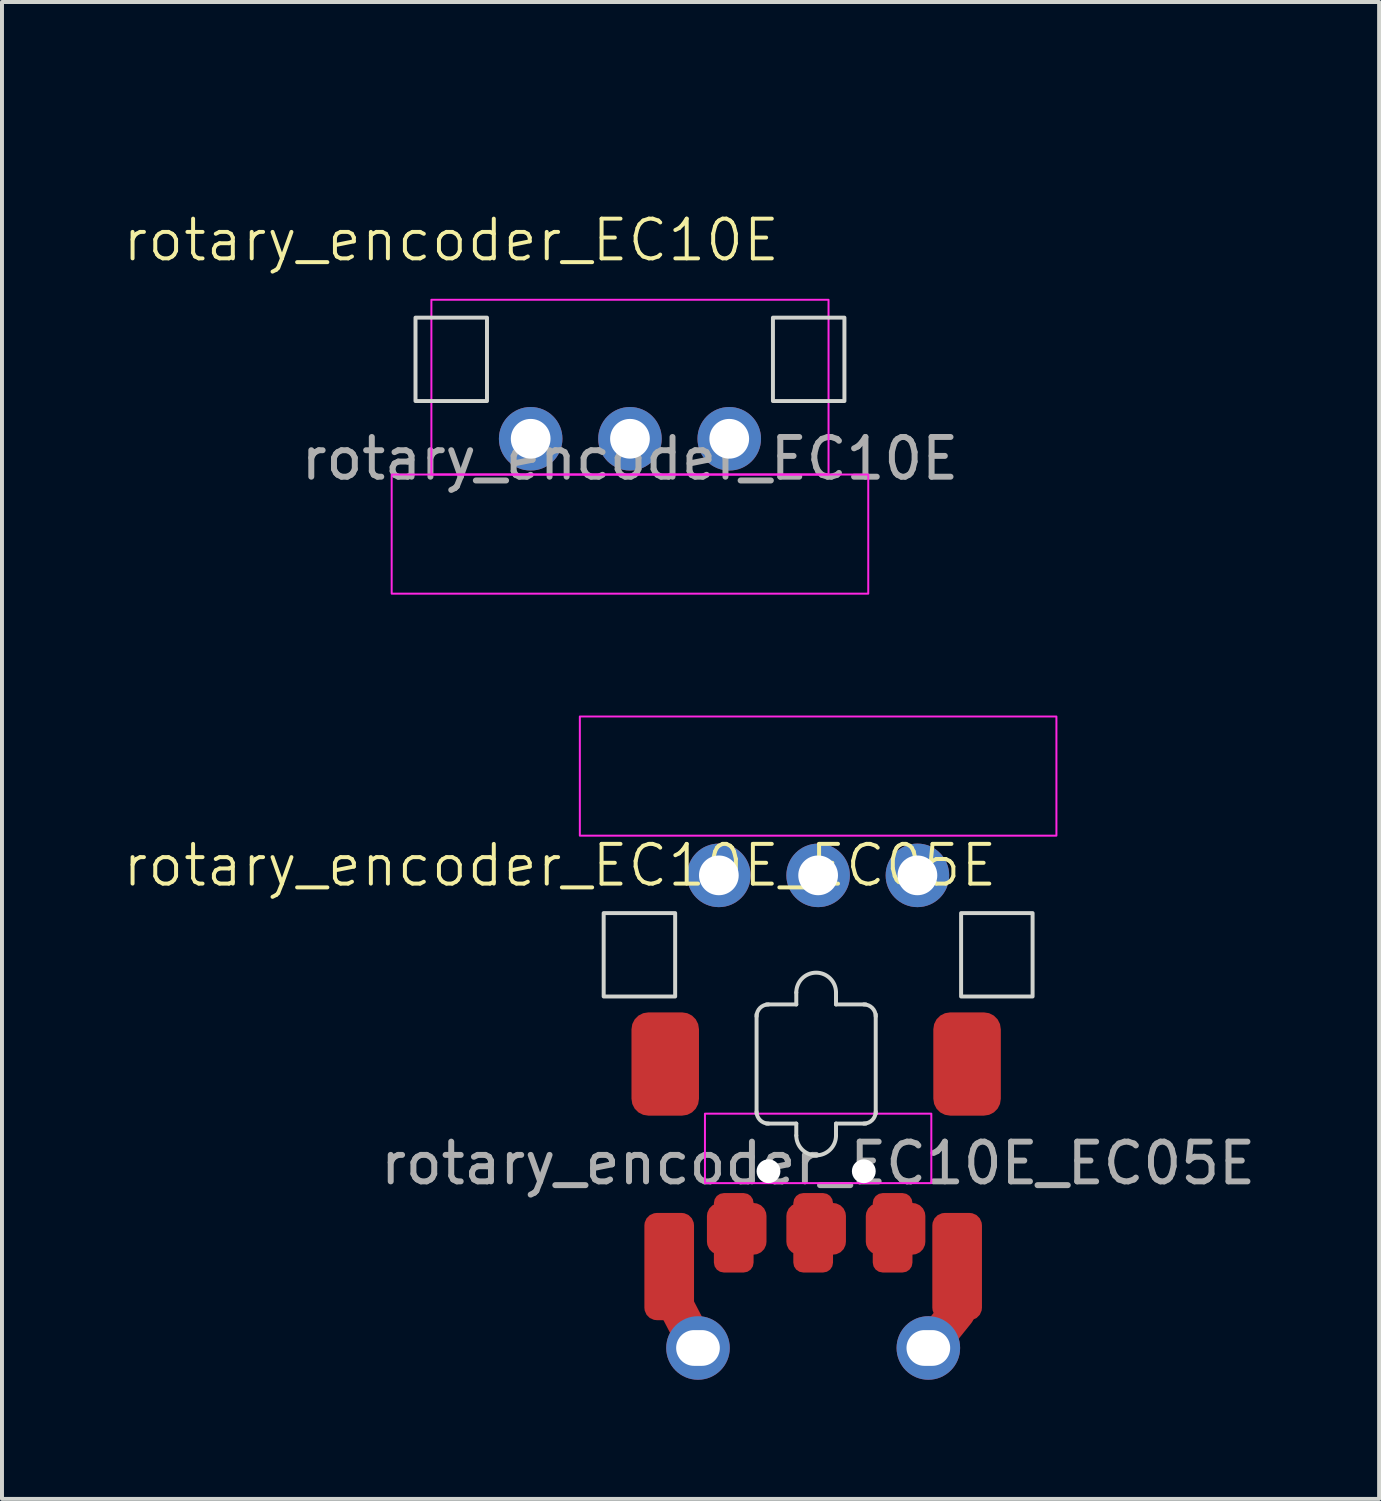
<source format=kicad_pcb>
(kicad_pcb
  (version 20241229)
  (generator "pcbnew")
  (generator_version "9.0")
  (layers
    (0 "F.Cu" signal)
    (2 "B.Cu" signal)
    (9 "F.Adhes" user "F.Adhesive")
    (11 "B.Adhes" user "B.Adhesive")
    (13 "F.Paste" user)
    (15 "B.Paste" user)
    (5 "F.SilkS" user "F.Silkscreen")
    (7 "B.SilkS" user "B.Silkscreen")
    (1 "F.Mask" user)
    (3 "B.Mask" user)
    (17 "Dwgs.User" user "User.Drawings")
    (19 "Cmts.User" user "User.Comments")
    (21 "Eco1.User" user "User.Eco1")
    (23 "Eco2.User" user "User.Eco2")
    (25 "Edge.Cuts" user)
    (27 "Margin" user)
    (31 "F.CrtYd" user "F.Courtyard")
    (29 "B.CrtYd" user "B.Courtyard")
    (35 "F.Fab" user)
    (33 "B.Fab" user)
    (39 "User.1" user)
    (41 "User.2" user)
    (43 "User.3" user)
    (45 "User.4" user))
  (footprint "rotary_encoder_EC10E"
    (layer "F.Cu")
    (at 12.812 5.998)
    (property "Reference" "rotary_encoder_EC10E" (at -4.5 -3 0) (unlocked yes) (layer "F.SilkS") (effects (font (size 1 1) (thickness 0.1))))
    (attr smd)
    (fp_rect (start -5.4 -1.05) (end -3.6 1.05) (stroke (width 0.1) (type default)) (fill no) (layer "Edge.Cuts"))
    (fp_rect (start 3.6 -1.05) (end 5.4 1.05) (stroke (width 0.1) (type default)) (fill no) (layer "Edge.Cuts"))
    (fp_rect (start -6 2.9) (end 6 5.9) (stroke (width 0.05) (type default)) (fill no) (layer "F.CrtYd"))
    (fp_rect (start -5 -1.5) (end 5 2.9) (stroke (width 0.05) (type default)) (fill no) (layer "F.CrtYd"))
    (fp_text user "${REFERENCE}" (at 0 2.5 0) (unlocked yes) (layer "F.Fab") (effects (font (size 1 1) (thickness 0.15))))
    (dimension (type orthogonal) (layer "User.8") (pts (xy 15.312 7.998) (xy 17.312 5.998)) (height 4.75) (orientation 1) (format (prefix "") (suffix "") (units 3) (units_format 1) (precision 2)) (style (thickness 0.1) (arrow_length 0.6) (text_position_mode 2) (arrow_direction outward) (extension_height 0.586) (extension_offset 0.5) (keep_text_aligned yes)) (gr_text "2.00 mm" (at 21.312 6.248 90) (layer "User.8") (effects (font (size 0.5 0.5) (thickness 0.1)))))
    (dimension (type orthogonal) (layer "User.8") (pts (xy 18.212 5.998) (xy 7.412 5.998)) (height -4) (orientation 0) (format (prefix "") (suffix "") (units 3) (units_format 1) (precision 4)) (style (thickness 0.1) (arrow_length 1.27) (text_position_mode 0) (arrow_direction outward) (extension_height 0.586) (extension_offset 0.5) (keep_text_aligned yes)) (gr_text "10.8000 mm" (at 12.812 0.848 0) (layer "User.8") (effects (font (size 1 1) (thickness 0.15)))))
    (dimension (type orthogonal) (layer "User.8") (pts (xy 15.312 7.998) (xy 10.312 7.998)) (height 2) (orientation 0) (format (prefix "") (suffix "") (units 3) (units_format 1) (precision 2)) (style (thickness 0.1) (arrow_length 0.6) (text_position_mode 2) (arrow_direction outward) (extension_height 0.586) (extension_offset 0.5) (keep_text_aligned yes)) (gr_text "5.00 mm" (at 12.812 11.498 0) (layer "User.8") (effects (font (size 0.5 0.5) (thickness 0.1)))))
    (pad "A" thru_hole circle (at -2.5 2) (size 1.6 1.6) (drill 1) (layers "*.Cu" "*.Mask"))
    (pad "B" thru_hole circle (at 0 2) (size 1.6 1.6) (drill 1) (layers "*.Cu" "*.Mask"))
    (pad "C" thru_hole circle (at 2.5 2) (size 1.6 1.6) (drill 1) (layers "*.Cu" "*.Mask")))
  (footprint "rotary_encoder_EC10E_EC05E"
    (layer "F.Cu")
    (at 17.55 23.741)
    (property "Reference" "rotary_encoder_EC10E_EC05E" (at -6.5 -5 0) (unlocked yes) (layer "F.SilkS") (effects (font (size 1 1) (thickness 0.1))))
    (attr smd)
    (fp_line (start -3.025 7.15) (end -3.75 5.75) (stroke (width 0.9) (type default)) (layer "F.Cu"))
    (fp_line (start 3.5 6.25) (end 2.775 7.15) (stroke (width 0.9) (type default)) (layer "F.Cu"))
    (fp_line (start -1.55 -1.25) (end -1.55 1.25) (stroke (width 0.1) (type default)) (layer "Edge.Cuts"))
    (fp_line (start -1.3 1.5) (end -0.55 1.5) (stroke (width 0.1) (type default)) (layer "Edge.Cuts"))
    (fp_line (start -0.55 -1.8) (end -0.55 -1.5) (stroke (width 0.1) (type default)) (layer "Edge.Cuts"))
    (fp_line (start -0.55 -1.5) (end -1.3 -1.5) (stroke (width 0.1) (type default)) (layer "Edge.Cuts"))
    (fp_line (start -0.55 1.5) (end -0.55 1.8) (stroke (width 0.1) (type default)) (layer "Edge.Cuts"))
    (fp_line (start 0.45 -1.5) (end 0.45 -1.8) (stroke (width 0.1) (type default)) (layer "Edge.Cuts"))
    (fp_line (start 0.45 1.5) (end 1.2 1.5) (stroke (width 0.1) (type default)) (layer "Edge.Cuts"))
    (fp_line (start 0.45 1.8) (end 0.45 1.5) (stroke (width 0.1) (type default)) (layer "Edge.Cuts"))
    (fp_line (start 1.2 -1.5) (end 0.45 -1.5) (stroke (width 0.1) (type default)) (layer "Edge.Cuts"))
    (fp_line (start 1.45 1.25) (end 1.45 -1.25) (stroke (width 0.1) (type default)) (layer "Edge.Cuts"))
    (fp_rect (start -3.6 -1.7) (end -5.4 -3.8) (stroke (width 0.1) (type default)) (fill no) (layer "Edge.Cuts"))
    (fp_rect (start 5.4 -1.7) (end 3.6 -3.8) (stroke (width 0.1) (type default)) (fill no) (layer "Edge.Cuts"))
    (fp_arc (start -1.55 -1.2) (mid -1.462132 -1.412132) (end -1.25 -1.5) (stroke (width 0.1) (type default)) (layer "Edge.Cuts"))
    (fp_arc (start -1.25 1.5) (mid -1.462132 1.412132) (end -1.55 1.2) (stroke (width 0.1) (type default)) (layer "Edge.Cuts"))
    (fp_arc (start -0.55 -1.8) (mid -0.05 -2.3) (end 0.45 -1.8) (stroke (width 0.1) (type default)) (layer "Edge.Cuts"))
    (fp_arc (start 0.45 1.8) (mid -0.05 2.3) (end -0.55 1.8) (stroke (width 0.1) (type default)) (layer "Edge.Cuts"))
    (fp_arc (start 1.15 -1.5) (mid 1.362132 -1.412132) (end 1.45 -1.2) (stroke (width 0.1) (type default)) (layer "Edge.Cuts"))
    (fp_arc (start 1.45 1.2) (mid 1.362132 1.412132) (end 1.15 1.5) (stroke (width 0.1) (type default)) (layer "Edge.Cuts"))
    (fp_circle (center 0 0) (end 5.25 5) (stroke (width 0.1) (type default)) (fill no) (layer "Margin"))
    (fp_rect (start -6 -8.75) (end 6 -5.75) (stroke (width 0.05) (type default)) (fill no) (layer "F.CrtYd"))
    (fp_rect (start -2.85 1.25) (end 2.85 3) (stroke (width 0.05) (type default)) (fill no) (layer "F.CrtYd"))
    (fp_text user "${REFERENCE}" (at 0 2.5 0) (unlocked yes) (layer "F.Fab") (effects (font (size 1 1) (thickness 0.15))))
    (pad "" smd roundrect (at -3.85 0) (size 1.7 2.6) (layers "F.Cu" "F.Mask" "F.Paste") (roundrect_rratio 0.25))
    (pad "" smd roundrect (at -3.75 5.1 180) (size 1.25 2.7) (layers "F.Cu" "F.Mask" "F.Paste") (roundrect_rratio 0.25))
    (pad "" thru_hole circle (at -3.025 7.15 180) (size 1.6 1.6) (drill oval 1.1 0.9) (layers "*.Cu" "*.Mask"))
    (pad "" np_thru_hole circle (at -1.25 2.7) (size 0.6 0.6) (drill 0.62) (layers "*.Cu" "*.Mask"))
    (pad "" np_thru_hole circle (at 1.15 2.7) (size 0.6 0.6) (drill 0.62) (layers "*.Cu" "*.Mask"))
    (pad "" thru_hole circle (at 2.775 7.15 180) (size 1.6 1.6) (drill oval 1.1 0.9) (layers "*.Cu" "*.Mask"))
    (pad "" smd roundrect (at 3.5 5.1 180) (size 1.25 2.7) (layers "F.Cu" "F.Mask" "F.Paste") (roundrect_rratio 0.25))
    (pad "" smd roundrect (at 3.75 0) (size 1.7 2.6) (layers "F.Cu" "F.Mask" "F.Paste") (roundrect_rratio 0.25))
    (pad "A" smd roundrect (at -2.125 4.25 180) (size 1 2) (layers "F.Cu" "F.Mask" "F.Paste") (roundrect_rratio 0.25))
    (pad "A" smd roundrect (at -2.05 4.15) (size 1.5 1.3) (layers "F.Cu" "F.Mask" "F.Paste") (roundrect_rratio 0.25))
    (pad "A" thru_hole circle (at 2.5 -4.75 180) (size 1.6 1.6) (drill 1) (layers "*.Cu" "*.Mask"))
    (pad "B" thru_hole circle (at 0 -4.75 180) (size 1.6 1.6) (drill 1) (layers "*.Cu" "*.Mask"))
    (pad "B" smd roundrect (at 1.875 4.25 180) (size 1 2) (layers "F.Cu" "F.Mask" "F.Paste") (roundrect_rratio 0.25))
    (pad "B" smd roundrect (at 1.95 4.15) (size 1.5 1.3) (layers "F.Cu" "F.Mask" "F.Paste") (roundrect_rratio 0.25))
    (pad "C" thru_hole circle (at -2.5 -4.75 180) (size 1.6 1.6) (drill 1) (layers "*.Cu" "*.Mask"))
    (pad "C" smd roundrect (at -0.125 4.25 180) (size 1 2) (layers "F.Cu" "F.Mask" "F.Paste") (roundrect_rratio 0.25))
    (pad "C" smd roundrect (at -0.05 4.15) (size 1.5 1.3) (layers "F.Cu" "F.Mask" "F.Paste") (roundrect_rratio 0.25)))
  (gr_rect
    (start -3 -3)
    (end 31.675 34.691)
    (stroke (width 0.1) (type default))
    (fill no)
    (layer "Edge.Cuts")))
</source>
